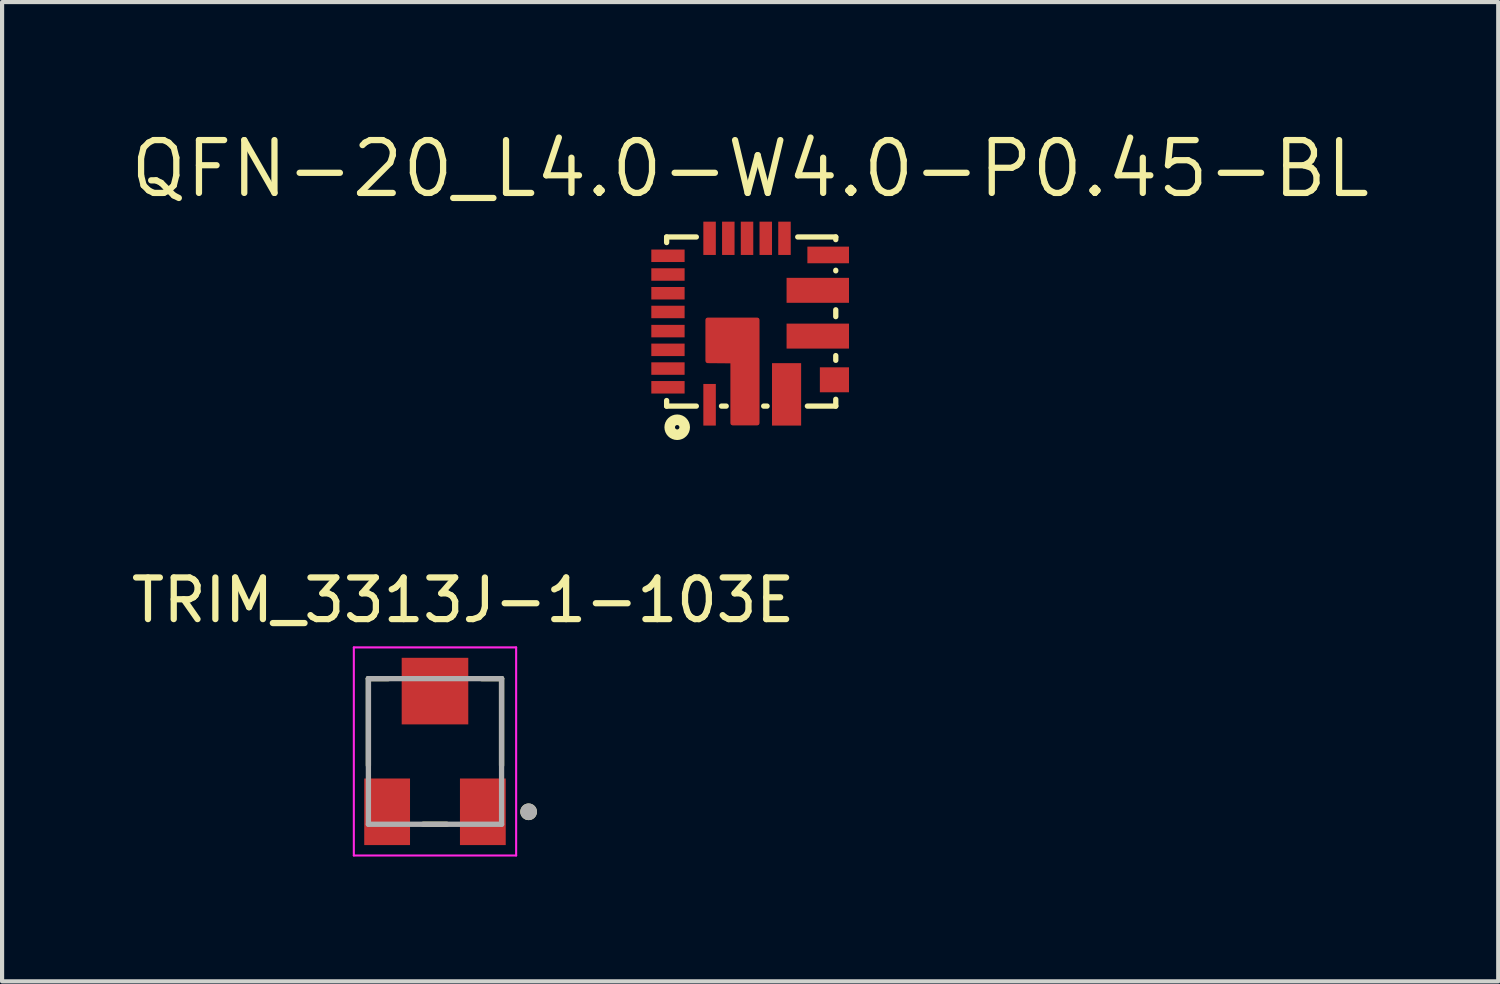
<source format=kicad_pcb>
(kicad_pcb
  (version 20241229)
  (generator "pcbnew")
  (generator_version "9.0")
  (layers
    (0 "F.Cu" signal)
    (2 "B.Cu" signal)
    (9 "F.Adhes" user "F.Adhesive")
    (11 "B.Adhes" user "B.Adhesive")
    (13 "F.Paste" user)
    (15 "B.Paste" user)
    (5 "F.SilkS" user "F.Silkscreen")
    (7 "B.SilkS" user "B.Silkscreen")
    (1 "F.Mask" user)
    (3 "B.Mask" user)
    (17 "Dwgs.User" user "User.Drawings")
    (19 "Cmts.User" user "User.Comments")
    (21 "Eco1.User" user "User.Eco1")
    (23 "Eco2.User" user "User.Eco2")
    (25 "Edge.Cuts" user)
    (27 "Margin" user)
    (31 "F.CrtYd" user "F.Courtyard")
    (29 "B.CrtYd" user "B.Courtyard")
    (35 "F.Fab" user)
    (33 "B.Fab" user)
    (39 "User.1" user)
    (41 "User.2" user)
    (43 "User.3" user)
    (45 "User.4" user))
  (footprint "QFN-20_L4.0-W4.0-P0.45-BL"
    (layer "F.Cu")
    (at 15 4.676)
    (property "Reference" "QFN-20_L4.0-W4.0-P0.45-BL" (at -0.025 -3.67 0) (layer "F.SilkS") (effects (font (size 1.27 1.27) (thickness 0.15))))
    (attr smd)
    (fp_line (start -2.032 -2.032) (end -2.032 -1.898) (stroke (width 0.127) (type solid)) (layer "F.SilkS"))
    (fp_line (start -2.032 1.898) (end -2.032 2.032) (stroke (width 0.127) (type solid)) (layer "F.SilkS"))
    (fp_line (start -2.032 2.032) (end -1.318 2.032) (stroke (width 0.127) (type solid)) (layer "F.SilkS"))
    (fp_line (start -1.318 -2.032) (end -2.032 -2.032) (stroke (width 0.127) (type solid)) (layer "F.SilkS"))
    (fp_line (start -0.714 2.032) (end -0.6 2.032) (stroke (width 0.127) (type solid)) (layer "F.SilkS"))
    (fp_line (start 0.3 2.032) (end 0.382 2.032) (stroke (width 0.127) (type solid)) (layer "F.SilkS"))
    (fp_line (start 1.35 2.032) (end 2.032 2.032) (stroke (width 0.127) (type solid)) (layer "F.SilkS"))
    (fp_line (start 2.032 -2.032) (end 1.118 -2.032) (stroke (width 0.127) (type solid)) (layer "F.SilkS"))
    (fp_line (start 2.032 -1.968) (end 2.032 -2.032) (stroke (width 0.127) (type solid)) (layer "F.SilkS"))
    (fp_line (start 2.032 -1.218) (end 2.032 -1.232) (stroke (width 0.127) (type solid)) (layer "F.SilkS"))
    (fp_line (start 2.032 -0.118) (end 2.032 -0.282) (stroke (width 0.127) (type solid)) (layer "F.SilkS"))
    (fp_line (start 2.032 0.932) (end 2.032 0.818) (stroke (width 0.127) (type solid)) (layer "F.SilkS"))
    (fp_line (start 2.032 2.032) (end 2.032 1.868) (stroke (width 0.127) (type solid)) (layer "F.SilkS"))
    (fp_circle (center -1.778 2.54) (end -1.598 2.54) (stroke (width 0.254) (type solid)) (fill no) (layer "F.SilkS"))
    (fp_text user "" (at 0 0 0) (layer "Cmts.User") (effects (font (size 1 1) (thickness 0.15))))
    (pad "1" smd rect (at -1 2 180) (size 0.3 1) (layers "F.Cu" "F.Mask" "F.Paste"))
    (pad "2" smd custom (at -0.15 1.2 90) (size 0.5 0.5) (layers "F.Cu" "F.Mask" "F.Paste") (options (anchor circle)) (primitives (gr_poly (pts (xy -1.245 -0.3) (xy -1.245 0.3) (xy 1.245 0.3) (xy 1.245 -0.9) (xy 0.25 -0.9) (xy 0.245 -0.3) (xy -1.245 -0.3)) (width 0.1) (fill yes))))
    (pad "3" smd rect (at 0.85 1.75 90) (size 1.5 0.7) (layers "F.Cu" "F.Mask" "F.Paste"))
    (pad "4" smd rect (at 2 1.4 270) (size 0.6 0.7) (layers "F.Cu" "F.Mask" "F.Paste"))
    (pad "5" smd rect (at 1.6 0.35 270) (size 0.6 1.5) (layers "F.Cu" "F.Mask" "F.Paste"))
    (pad "6" smd rect (at 1.6 -0.75 270) (size 0.6 1.5) (layers "F.Cu" "F.Mask" "F.Paste"))
    (pad "7" smd rect (at 1.85 -1.6 270) (size 0.4 1) (layers "F.Cu" "F.Mask" "F.Paste"))
    (pad "8" smd rect (at 0.8 -2) (size 0.3 0.8) (layers "F.Cu" "F.Mask" "F.Paste"))
    (pad "9" smd rect (at 0.35 -2) (size 0.3 0.8) (layers "F.Cu" "F.Mask" "F.Paste"))
    (pad "10" smd rect (at -0.1 -2) (size 0.3 0.8) (layers "F.Cu" "F.Mask" "F.Paste"))
    (pad "11" smd rect (at -0.55 -2) (size 0.3 0.8) (layers "F.Cu" "F.Mask" "F.Paste"))
    (pad "12" smd rect (at -1 -2) (size 0.3 0.8) (layers "F.Cu" "F.Mask" "F.Paste"))
    (pad "13" smd rect (at -2 -1.58 90) (size 0.3 0.8) (layers "F.Cu" "F.Mask" "F.Paste"))
    (pad "14" smd rect (at -2 -1.13 90) (size 0.3 0.8) (layers "F.Cu" "F.Mask" "F.Paste"))
    (pad "15" smd rect (at -2 -0.68 90) (size 0.3 0.8) (layers "F.Cu" "F.Mask" "F.Paste"))
    (pad "16" smd rect (at -2 -0.23 90) (size 0.3 0.8) (layers "F.Cu" "F.Mask" "F.Paste"))
    (pad "17" smd rect (at -2 0.23 90) (size 0.3 0.8) (layers "F.Cu" "F.Mask" "F.Paste"))
    (pad "18" smd rect (at -2 0.68 90) (size 0.3 0.8) (layers "F.Cu" "F.Mask" "F.Paste"))
    (pad "19" smd rect (at -2 1.13 90) (size 0.3 0.8) (layers "F.Cu" "F.Mask" "F.Paste"))
    (pad "20" smd rect (at -2 1.58 90) (size 0.3 0.8) (layers "F.Cu" "F.Mask" "F.Paste")))
  (footprint "TRIM_3313J-1-103E"
    (layer "F.Cu")
    (at 7.402 15.006)
    (property "Reference" "TRIM_3313J-1-103E" (at 0.675 -3.635 0) (layer "F.SilkS") (effects (font (size 1 1) (thickness 0.15))))
    (attr through_hole)
    (fp_line (start -1.6 -1.75) (end -1.12 -1.75) (stroke (width 0.127) (type solid)) (layer "F.SilkS"))
    (fp_line (start -1.6 0.337) (end -1.6 -1.75) (stroke (width 0.127) (type solid)) (layer "F.SilkS"))
    (fp_line (start 0.286 1.75) (end -0.286 1.75) (stroke (width 0.127) (type solid)) (layer "F.SilkS"))
    (fp_line (start 1.12 -1.75) (end 1.6 -1.75) (stroke (width 0.127) (type solid)) (layer "F.SilkS"))
    (fp_line (start 1.6 -1.75) (end 1.6 0.337) (stroke (width 0.127) (type solid)) (layer "F.SilkS"))
    (fp_circle (center 2.25 1.45) (end 2.35 1.45) (stroke (width 0.2) (type solid)) (fill no) (layer "F.SilkS"))
    (fp_line (start -1.95 -2.5) (end 1.95 -2.5) (stroke (width 0.05) (type solid)) (layer "F.CrtYd"))
    (fp_line (start -1.95 2.5) (end -1.95 -2.5) (stroke (width 0.05) (type solid)) (layer "F.CrtYd"))
    (fp_line (start 1.95 -2.5) (end 1.95 2.5) (stroke (width 0.05) (type solid)) (layer "F.CrtYd"))
    (fp_line (start 1.95 2.5) (end -1.95 2.5) (stroke (width 0.05) (type solid)) (layer "F.CrtYd"))
    (fp_line (start -1.6 -1.75) (end 1.6 -1.75) (stroke (width 0.127) (type solid)) (layer "F.Fab"))
    (fp_line (start -1.6 1.75) (end -1.6 -1.75) (stroke (width 0.127) (type solid)) (layer "F.Fab"))
    (fp_line (start 1.6 -1.75) (end 1.6 1.75) (stroke (width 0.127) (type solid)) (layer "F.Fab"))
    (fp_line (start 1.6 1.75) (end -1.6 1.75) (stroke (width 0.127) (type solid)) (layer "F.Fab"))
    (fp_circle (center 2.25 1.45) (end 2.35 1.45) (stroke (width 0.2) (type solid)) (fill no) (layer "F.Fab"))
    (pad "1" smd rect (at 1.15 1.45) (size 1.1 1.6) (layers "F.Cu" "F.Mask" "F.Paste"))
    (pad "2" smd rect (at 0 -1.45) (size 1.6 1.6) (layers "F.Cu" "F.Mask" "F.Paste"))
    (pad "3" smd rect (at -1.15 1.45) (size 1.1 1.6) (layers "F.Cu" "F.Mask" "F.Paste")))
  (gr_rect
    (start -3 -3)
    (end 32.95 20.531)
    (stroke (width 0.1) (type default))
    (fill no)
    (layer "Edge.Cuts")))
</source>
